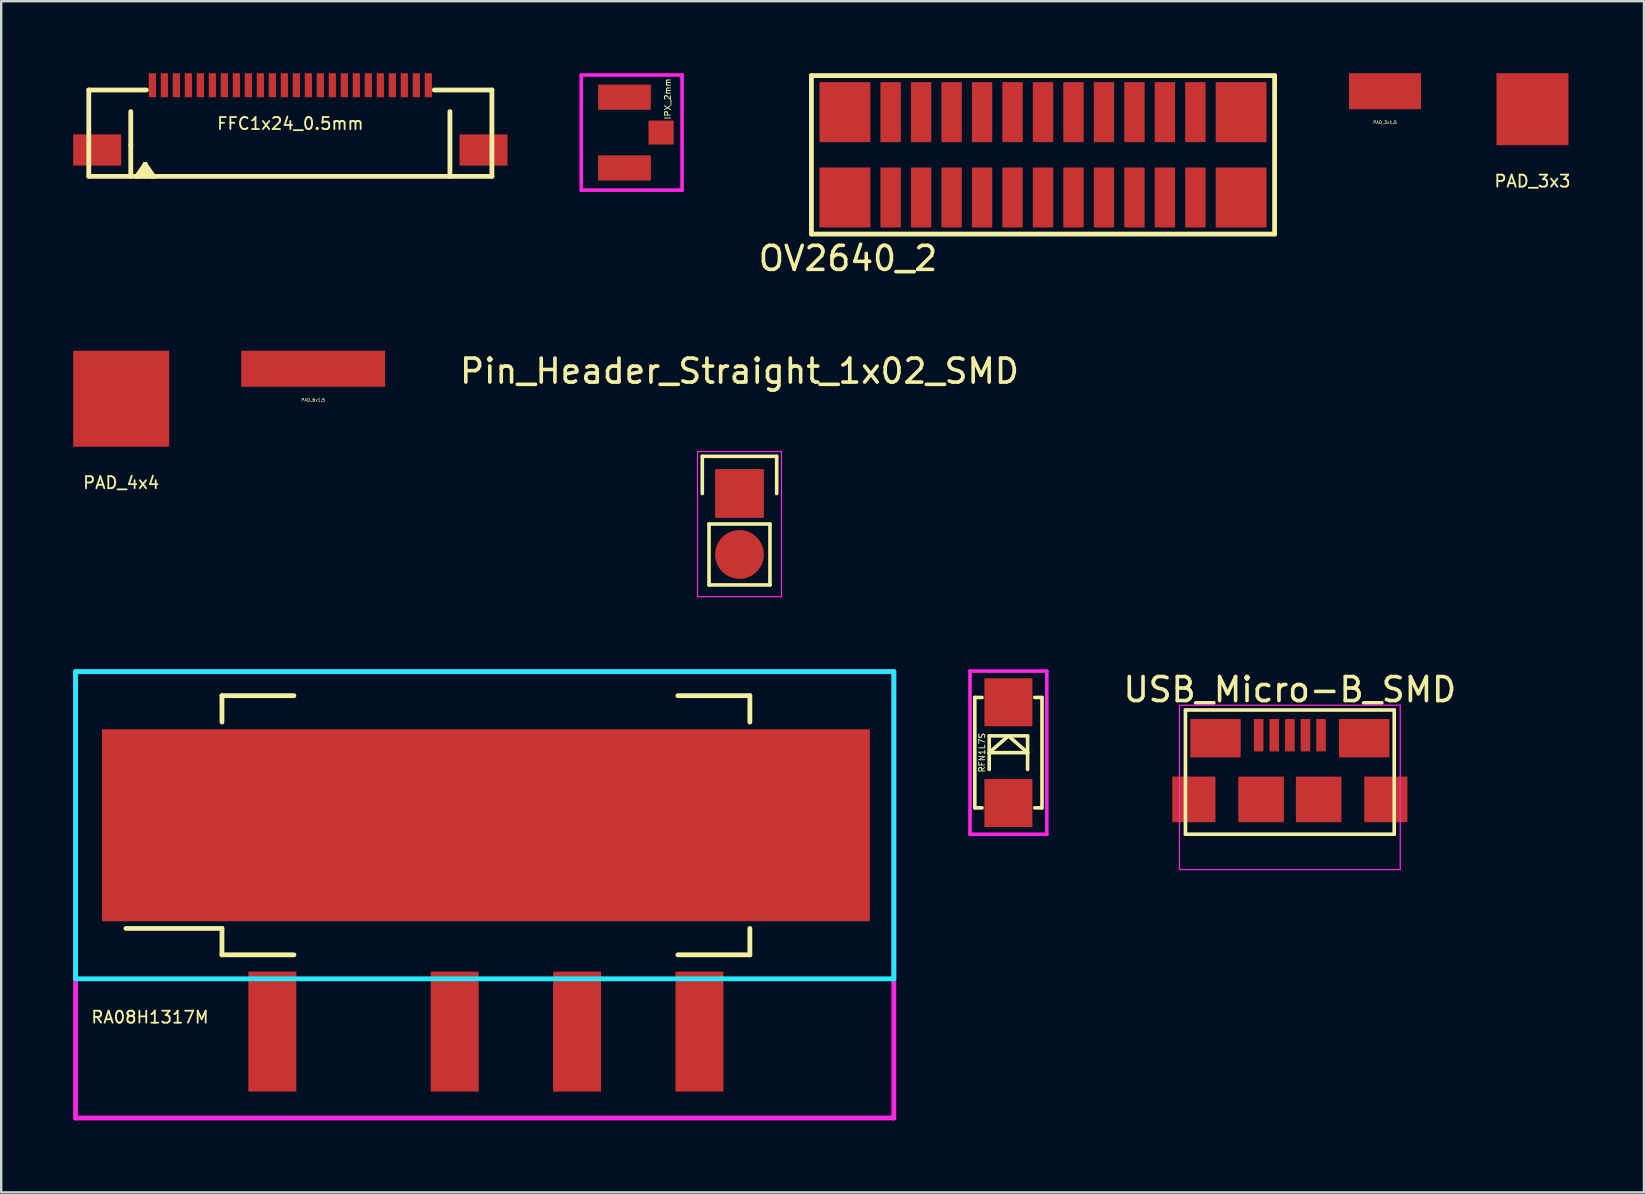
<source format=kicad_pcb>
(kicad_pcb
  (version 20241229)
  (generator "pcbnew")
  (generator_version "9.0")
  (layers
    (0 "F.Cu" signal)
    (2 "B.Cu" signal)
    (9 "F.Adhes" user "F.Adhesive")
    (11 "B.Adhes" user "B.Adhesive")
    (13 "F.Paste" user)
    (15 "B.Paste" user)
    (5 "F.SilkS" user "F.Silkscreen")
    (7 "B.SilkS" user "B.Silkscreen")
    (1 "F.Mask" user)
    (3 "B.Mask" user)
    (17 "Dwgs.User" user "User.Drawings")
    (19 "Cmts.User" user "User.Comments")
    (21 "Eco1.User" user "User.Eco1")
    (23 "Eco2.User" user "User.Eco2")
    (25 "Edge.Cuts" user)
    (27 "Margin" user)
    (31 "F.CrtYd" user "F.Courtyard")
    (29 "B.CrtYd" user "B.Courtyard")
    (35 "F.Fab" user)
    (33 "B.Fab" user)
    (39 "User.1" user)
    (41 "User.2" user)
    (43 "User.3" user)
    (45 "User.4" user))
  (footprint "RA08H1317M"
    (layer "F.Cu")
    (at 17.2 36.342)
    (property "Reference" "RA08H1317M" (at -14 3 180) (layer "F.SilkS") (effects (font (size 0.5 0.5) (thickness 0.075))))
    (attr through_hole)
    (fp_line (start -11 -10.4) (end -11 -9.3) (stroke (width 0.2) (type solid)) (layer "F.SilkS"))
    (fp_line (start -11 -10.4) (end -8 -10.4) (stroke (width 0.2) (type solid)) (layer "F.SilkS"))
    (fp_line (start -11 -0.7) (end -15 -0.7) (stroke (width 0.2) (type solid)) (layer "F.SilkS"))
    (fp_line (start -11 0.4) (end -11 -0.7) (stroke (width 0.2) (type solid)) (layer "F.SilkS"))
    (fp_line (start -11 0.4) (end -8 0.4) (stroke (width 0.2) (type solid)) (layer "F.SilkS"))
    (fp_line (start 11 -10.4) (end 8 -10.4) (stroke (width 0.2) (type solid)) (layer "F.SilkS"))
    (fp_line (start 11 -10.4) (end 11 -9.3) (stroke (width 0.2) (type solid)) (layer "F.SilkS"))
    (fp_line (start 11 0.4) (end 8 0.4) (stroke (width 0.2) (type solid)) (layer "F.SilkS"))
    (fp_line (start 11 0.4) (end 11 -0.7) (stroke (width 0.2) (type solid)) (layer "F.SilkS"))
    (fp_line (start -17.1 -11.4) (end -17.1 1.4) (stroke (width 0.2) (type solid)) (layer "B.CrtYd"))
    (fp_line (start -17.1 1.4) (end 17 1.4) (stroke (width 0.2) (type solid)) (layer "B.CrtYd"))
    (fp_line (start 17 -11.4) (end -17.1 -11.4) (stroke (width 0.2) (type solid)) (layer "B.CrtYd"))
    (fp_line (start 17 1.4) (end 17 -11.4) (stroke (width 0.2) (type solid)) (layer "B.CrtYd"))
    (fp_line (start -17.1 -11.4) (end 17 -11.4) (stroke (width 0.2) (type solid)) (layer "F.CrtYd"))
    (fp_line (start -17.1 7.2) (end -17.1 -11.4) (stroke (width 0.2) (type solid)) (layer "F.CrtYd"))
    (fp_line (start 17 7.2) (end -17.1 7.2) (stroke (width 0.2) (type solid)) (layer "F.CrtYd"))
    (fp_line (start 17 7.2) (end 17 -11.4) (stroke (width 0.2) (type solid)) (layer "F.CrtYd"))
    (pad "1" smd rect (at -8.9 3.6) (size 2 5) (layers "F.Cu" "F.Mask" "F.Paste"))
    (pad "2" smd rect (at -1.3 3.6) (size 2 5) (layers "F.Cu" "F.Mask" "F.Paste"))
    (pad "3" smd rect (at 3.8 3.6) (size 2 5) (layers "F.Cu" "F.Mask" "F.Paste"))
    (pad "4" smd rect (at 8.9 3.6) (size 2 5) (layers "F.Cu" "F.Mask" "F.Paste"))
    (pad "5" smd rect (at 0 -5) (size 32 8) (layers "F.Cu" "F.Mask" "F.Paste")))
  (footprint "PAD_6x1.5"
    (layer "F.Cu")
    (at 10 12.318)
    (property "Reference" "PAD_6x1.5" (at 0 1.3 0) (layer "F.SilkS") (effects (font (size 0.127 0.127) (thickness 0.019))))
    (attr through_hole)
    (pad "1" smd rect (at 0 0) (size 6 1.5) (layers "F.Cu" "F.Mask" "F.Paste")))
  (footprint "IPX_2mm"
    (layer "F.Cu")
    (at 22.975 2.475)
    (property "Reference" "IPX_2mm" (at 1.8 -1.4 270) (layer "F.SilkS") (effects (font (size 0.25 0.25) (thickness 0.037))))
    (attr through_hole)
    (fp_line (start -1.8 -2.4) (end -1.8 2.4) (stroke (width 0.15) (type solid)) (layer "F.CrtYd"))
    (fp_line (start -1.8 2.4) (end 2.4 2.4) (stroke (width 0.15) (type solid)) (layer "F.CrtYd"))
    (fp_line (start 2.4 -2.4) (end -1.8 -2.4) (stroke (width 0.15) (type solid)) (layer "F.CrtYd"))
    (fp_line (start 2.4 2.4) (end 2.4 -2.4) (stroke (width 0.15) (type solid)) (layer "F.CrtYd"))
    (pad "1" smd rect (at 1.525 0) (size 1.05 1) (layers "F.Cu" "F.Mask" "F.Paste"))
    (pad "2" smd rect (at 0 -1.475) (size 2.2 1.05) (layers "F.Cu" "F.Mask" "F.Paste"))
    (pad "2" smd rect (at 0 1.475) (size 2.2 1.05) (layers "F.Cu" "F.Mask" "F.Paste")))
  (footprint "USB_Micro-B_SMD"
    (layer "F.Cu")
    (at 50.704 29.14)
    (property "Reference" "USB_Micro-B_SMD" (at 0 -3.45 0) (layer "F.SilkS") (effects (font (size 1 1) (thickness 0.15))))
    (attr smd)
    (fp_line (start -4.351 -2.6) (end 4.349 -2.6) (stroke (width 0.15) (type solid)) (layer "F.SilkS"))
    (fp_line (start -4.351 2.575) (end -4.351 -2.6) (stroke (width 0.15) (type solid)) (layer "F.SilkS"))
    (fp_line (start 4.35 -2.6) (end 4.35 2.575) (stroke (width 0.15) (type solid)) (layer "F.SilkS"))
    (fp_line (start 4.35 2.575) (end -4.35 2.575) (stroke (width 0.15) (type solid)) (layer "F.SilkS"))
    (fp_line (start -4.6 -2.8) (end 4.6 -2.8) (stroke (width 0.05) (type solid)) (layer "F.CrtYd"))
    (fp_line (start -4.6 4.05) (end -4.6 -2.8) (stroke (width 0.05) (type solid)) (layer "F.CrtYd"))
    (fp_line (start 4.6 -2.8) (end 4.6 4.05) (stroke (width 0.05) (type solid)) (layer "F.CrtYd"))
    (fp_line (start 4.6 4.05) (end -4.6 4.05) (stroke (width 0.05) (type solid)) (layer "F.CrtYd"))
    (pad "1" smd rect (at -1.3 -1.55 90) (size 1.35 0.4) (layers "F.Cu" "F.Mask" "F.Paste"))
    (pad "2" smd rect (at -0.65 -1.55 90) (size 1.35 0.4) (layers "F.Cu" "F.Mask" "F.Paste"))
    (pad "3" smd rect (at 0 -1.55 90) (size 1.35 0.4) (layers "F.Cu" "F.Mask" "F.Paste"))
    (pad "4" smd rect (at 0.65 -1.55 90) (size 1.35 0.4) (layers "F.Cu" "F.Mask" "F.Paste"))
    (pad "5" smd rect (at 1.3 -1.55 90) (size 1.35 0.4) (layers "F.Cu" "F.Mask" "F.Paste"))
    (pad "6" smd rect (at -4 1.125) (size 1.8 1.9) (layers "F.Cu" "F.Mask" "F.Paste"))
    (pad "6" smd rect (at -3.1 -1.425) (size 2.1 1.6) (layers "F.Cu" "F.Mask" "F.Paste"))
    (pad "6" smd rect (at -1.2 1.125) (size 1.9 1.9) (layers "F.Cu" "F.Mask" "F.Paste"))
    (pad "6" smd rect (at 1.2 1.125) (size 1.9 1.9) (layers "F.Cu" "F.Mask" "F.Paste"))
    (pad "6" smd rect (at 3.1 -1.425) (size 2.1 1.6) (layers "F.Cu" "F.Mask" "F.Paste"))
    (pad "6" smd rect (at 4 1.125) (size 1.8 1.9) (layers "F.Cu" "F.Mask" "F.Paste")))
  (footprint "RFN1L7S"
    (layer "F.Cu")
    (at 38.975 28.317)
    (property "Reference" "RFN1L7S" (at -1.1 0 90) (layer "F.SilkS") (effects (font (size 0.25 0.25) (thickness 0.037))))
    (attr through_hole)
    (fp_line (start -1.4 -2.3) (end -1.4 2.3) (stroke (width 0.15) (type solid)) (layer "F.SilkS"))
    (fp_line (start -1.4 -2.3) (end -1.1 -2.3) (stroke (width 0.15) (type solid)) (layer "F.SilkS"))
    (fp_line (start -1.4 2.3) (end -1.1 2.3) (stroke (width 0.15) (type solid)) (layer "F.SilkS"))
    (fp_line (start -0.8 0) (end 0.8 0) (stroke (width 0.15) (type solid)) (layer "F.SilkS"))
    (fp_line (start -0.8 0.7) (end -0.8 -0.7) (stroke (width 0.15) (type solid)) (layer "F.SilkS"))
    (fp_line (start 0 -0.7) (end -0.8 0) (stroke (width 0.15) (type solid)) (layer "F.SilkS"))
    (fp_line (start 0.8 -0.7) (end -0.8 -0.7) (stroke (width 0.15) (type solid)) (layer "F.SilkS"))
    (fp_line (start 0.8 -0.7) (end 0.8 0.7) (stroke (width 0.15) (type solid)) (layer "F.SilkS"))
    (fp_line (start 0.8 0) (end 0 -0.7) (stroke (width 0.15) (type solid)) (layer "F.SilkS"))
    (fp_line (start 1.1 2.3) (end 1.4 2.3) (stroke (width 0.15) (type solid)) (layer "F.SilkS"))
    (fp_line (start 1.4 -2.3) (end 1.1 -2.3) (stroke (width 0.15) (type solid)) (layer "F.SilkS"))
    (fp_line (start 1.4 2.3) (end 1.4 -2.3) (stroke (width 0.15) (type solid)) (layer "F.SilkS"))
    (fp_line (start -1.6 -3.4) (end 1.6 -3.4) (stroke (width 0.15) (type solid)) (layer "F.CrtYd"))
    (fp_line (start -1.6 3.4) (end -1.6 -3.4) (stroke (width 0.15) (type solid)) (layer "F.CrtYd"))
    (fp_line (start 1.6 -3.4) (end 1.6 3.4) (stroke (width 0.15) (type solid)) (layer "F.CrtYd"))
    (fp_line (start 1.6 3.4) (end -1.6 3.4) (stroke (width 0.15) (type solid)) (layer "F.CrtYd"))
    (pad "1" smd rect (at 0 -2.1) (size 2 2) (layers "F.Cu" "F.Mask" "F.Paste"))
    (pad "2" smd rect (at 0 2.1) (size 2 2) (layers "F.Cu" "F.Mask" "F.Paste")))
  (footprint "Pin_Header_Straight_1x02_SMD"
    (layer "F.Cu")
    (at 27.768 17.517)
    (property "Reference" "Pin_Header_Straight_1x02_SMD" (at 0 -5.1 0) (layer "F.SilkS") (effects (font (size 1 1) (thickness 0.15))))
    (attr through_hole)
    (fp_line (start -1.55 -1.55) (end 1.55 -1.55) (stroke (width 0.15) (type solid)) (layer "F.SilkS"))
    (fp_line (start -1.55 0) (end -1.55 -1.55) (stroke (width 0.15) (type solid)) (layer "F.SilkS"))
    (fp_line (start -1.27 1.27) (end -1.27 3.81) (stroke (width 0.15) (type solid)) (layer "F.SilkS"))
    (fp_line (start -1.27 3.81) (end 1.27 3.81) (stroke (width 0.15) (type solid)) (layer "F.SilkS"))
    (fp_line (start 1.27 1.27) (end -1.27 1.27) (stroke (width 0.15) (type solid)) (layer "F.SilkS"))
    (fp_line (start 1.27 1.27) (end 1.27 3.81) (stroke (width 0.15) (type solid)) (layer "F.SilkS"))
    (fp_line (start 1.55 -1.55) (end 1.55 0) (stroke (width 0.15) (type solid)) (layer "F.SilkS"))
    (fp_line (start -1.75 -1.75) (end -1.75 4.3) (stroke (width 0.05) (type solid)) (layer "F.CrtYd"))
    (fp_line (start -1.75 -1.75) (end 1.75 -1.75) (stroke (width 0.05) (type solid)) (layer "F.CrtYd"))
    (fp_line (start -1.75 4.3) (end 1.75 4.3) (stroke (width 0.05) (type solid)) (layer "F.CrtYd"))
    (fp_line (start 1.75 -1.75) (end 1.75 4.3) (stroke (width 0.05) (type solid)) (layer "F.CrtYd"))
    (pad "1" smd rect (at 0 0) (size 2.032 2.032) (layers "F.Cu" "F.Mask" "F.Paste"))
    (pad "2" smd oval (at 0 2.54) (size 2.032 2.032) (layers "F.Cu" "F.Mask" "F.Paste")))
  (footprint "OV2640_2"
    (layer "F.Cu")
    (at 40.417 3.402)
    (property "Reference" "OV2640_2" (at -8.128 4.318 0) (layer "F.SilkS") (effects (font (size 1 1) (thickness 0.15))))
    (attr through_hole)
    (fp_line (start -9.652 -3.302) (end -9.652 3.302) (stroke (width 0.2) (type solid)) (layer "F.SilkS"))
    (fp_line (start -9.652 3.302) (end 9.652 3.302) (stroke (width 0.2) (type solid)) (layer "F.SilkS"))
    (fp_line (start 9.652 -3.302) (end -9.652 -3.302) (stroke (width 0.2) (type solid)) (layer "F.SilkS"))
    (fp_line (start 9.652 3.302) (end 9.652 -3.302) (stroke (width 0.2) (type solid)) (layer "F.SilkS"))
    (pad "1" smd rect (at -8.255 -1.778) (size 2.12 2.5) (layers "F.Cu" "F.Mask" "F.Paste"))
    (pad "2" smd rect (at -8.255 1.778) (size 2.12 2.5) (layers "F.Cu" "F.Mask" "F.Paste"))
    (pad "3" smd rect (at -6.35 -1.778) (size 0.85 2.5) (layers "F.Cu" "F.Mask" "F.Paste"))
    (pad "4" smd rect (at -6.35 1.778) (size 0.85 2.5) (layers "F.Cu" "F.Mask" "F.Paste"))
    (pad "5" smd rect (at -5.08 -1.778) (size 0.85 2.5) (layers "F.Cu" "F.Mask" "F.Paste"))
    (pad "6" smd rect (at -5.08 1.778) (size 0.85 2.5) (layers "F.Cu" "F.Mask" "F.Paste"))
    (pad "7" smd rect (at -3.81 -1.778) (size 0.85 2.5) (layers "F.Cu" "F.Mask" "F.Paste"))
    (pad "8" smd rect (at -3.81 1.778) (size 0.85 2.5) (layers "F.Cu" "F.Mask" "F.Paste"))
    (pad "9" smd rect (at -2.54 -1.778) (size 0.85 2.5) (layers "F.Cu" "F.Mask" "F.Paste"))
    (pad "10" smd rect (at -2.54 1.778) (size 0.85 2.5) (layers "F.Cu" "F.Mask" "F.Paste"))
    (pad "11" smd rect (at -1.27 -1.778) (size 0.85 2.5) (layers "F.Cu" "F.Mask" "F.Paste"))
    (pad "12" smd rect (at -1.27 1.778) (size 0.85 2.5) (layers "F.Cu" "F.Mask" "F.Paste"))
    (pad "13" smd rect (at 0 -1.778) (size 0.85 2.5) (layers "F.Cu" "F.Mask" "F.Paste"))
    (pad "14" smd rect (at 0 1.778) (size 0.85 2.5) (layers "F.Cu" "F.Mask" "F.Paste"))
    (pad "15" smd rect (at 1.27 -1.778) (size 0.85 2.5) (layers "F.Cu" "F.Mask" "F.Paste"))
    (pad "16" smd rect (at 1.27 1.778) (size 0.85 2.5) (layers "F.Cu" "F.Mask" "F.Paste"))
    (pad "17" smd rect (at 2.54 -1.778) (size 0.85 2.5) (layers "F.Cu" "F.Mask" "F.Paste"))
    (pad "18" smd rect (at 2.54 1.778) (size 0.85 2.5) (layers "F.Cu" "F.Mask" "F.Paste"))
    (pad "19" smd rect (at 3.81 -1.778) (size 0.85 2.5) (layers "F.Cu" "F.Mask" "F.Paste"))
    (pad "20" smd rect (at 3.81 1.778) (size 0.85 2.5) (layers "F.Cu" "F.Mask" "F.Paste"))
    (pad "21" smd rect (at 5.08 -1.778) (size 0.85 2.5) (layers "F.Cu" "F.Mask" "F.Paste"))
    (pad "22" smd rect (at 5.08 1.778) (size 0.85 2.5) (layers "F.Cu" "F.Mask" "F.Paste"))
    (pad "23" smd rect (at 6.35 -1.778) (size 0.85 2.5) (layers "F.Cu" "F.Mask" "F.Paste"))
    (pad "24" smd rect (at 6.35 1.778) (size 0.85 2.5) (layers "F.Cu" "F.Mask" "F.Paste"))
    (pad "25" smd rect (at 8.255 -1.778) (size 2.12 2.5) (layers "F.Cu" "F.Mask" "F.Paste"))
    (pad "26" smd rect (at 8.255 1.778) (size 2.12 2.5) (layers "F.Cu" "F.Mask" "F.Paste")))
  (footprint "PAD_3x3"
    (layer "F.Cu")
    (at 60.815 1.5)
    (property "Reference" "PAD_3x3" (at 0 3 0) (layer "F.SilkS") (effects (font (size 0.5 0.5) (thickness 0.075))))
    (attr through_hole)
    (pad "1" smd rect (at 0 0) (size 3 3) (layers "F.Cu" "F.Mask" "F.Paste")))
  (footprint "PAD_4x4"
    (layer "F.Cu")
    (at 2 13.568)
    (property "Reference" "PAD_4x4" (at 0 3.5 0) (layer "F.SilkS") (effects (font (size 0.5 0.5) (thickness 0.075))))
    (attr through_hole)
    (pad "1" smd rect (at 0 0) (size 4 4) (layers "F.Cu" "F.Mask" "F.Paste")))
  (footprint "FFC1x24_0.5mm"
    (layer "F.Cu")
    (at 9.05 0.5)
    (property "Reference" "FFC1x24_0.5mm" (at 0 1.6 0) (layer "F.SilkS") (effects (font (size 0.5 0.5) (thickness 0.075))))
    (attr through_hole)
    (fp_line (start -8.4 0.2) (end -8.4 3.8) (stroke (width 0.2) (type solid)) (layer "F.SilkS"))
    (fp_line (start -8.4 0.2) (end -6 0.2) (stroke (width 0.2) (type solid)) (layer "F.SilkS"))
    (fp_line (start -8.4 3.8) (end 8.4 3.8) (stroke (width 0.2) (type solid)) (layer "F.SilkS"))
    (fp_line (start -6.65 1.1) (end -6.65 2.5) (stroke (width 0.2) (type solid)) (layer "F.SilkS"))
    (fp_line (start -6.65 3.8) (end -6.65 2.5) (stroke (width 0.2) (type solid)) (layer "F.SilkS"))
    (fp_line (start -6.4 3.8) (end -6.05 3.3) (stroke (width 0.2) (type solid)) (layer "F.SilkS"))
    (fp_line (start -6.05 3.3) (end -6.25 3.8) (stroke (width 0.2) (type solid)) (layer "F.SilkS"))
    (fp_line (start -6.05 3.3) (end -6.05 3.8) (stroke (width 0.2) (type solid)) (layer "F.SilkS"))
    (fp_line (start -6.05 3.3) (end -5.85 3.8) (stroke (width 0.2) (type solid)) (layer "F.SilkS"))
    (fp_line (start -6.05 3.3) (end -5.7 3.8) (stroke (width 0.2) (type solid)) (layer "F.SilkS"))
    (fp_line (start 6 0.2) (end 8.4 0.2) (stroke (width 0.2) (type solid)) (layer "F.SilkS"))
    (fp_line (start 6.65 1.1) (end 6.65 3.8) (stroke (width 0.2) (type solid)) (layer "F.SilkS"))
    (fp_line (start 8.4 0.2) (end 8.4 3.8) (stroke (width 0.2) (type solid)) (layer "F.SilkS"))
    (pad "1" smd rect (at -5.75 0) (size 0.3 1) (layers "F.Cu" "F.Mask" "F.Paste"))
    (pad "2" smd rect (at -5.25 0) (size 0.3 1) (layers "F.Cu" "F.Mask" "F.Paste"))
    (pad "3" smd rect (at -4.75 0) (size 0.3 1) (layers "F.Cu" "F.Mask" "F.Paste"))
    (pad "4" smd rect (at -4.25 0) (size 0.3 1) (layers "F.Cu" "F.Mask" "F.Paste"))
    (pad "5" smd rect (at -3.75 0) (size 0.3 1) (layers "F.Cu" "F.Mask" "F.Paste"))
    (pad "6" smd rect (at -3.25 0) (size 0.3 1) (layers "F.Cu" "F.Mask" "F.Paste"))
    (pad "7" smd rect (at -2.75 0) (size 0.3 1) (layers "F.Cu" "F.Mask" "F.Paste"))
    (pad "8" smd rect (at -2.25 0) (size 0.3 1) (layers "F.Cu" "F.Mask" "F.Paste"))
    (pad "9" smd rect (at -1.75 0) (size 0.3 1) (layers "F.Cu" "F.Mask" "F.Paste"))
    (pad "10" smd rect (at -1.25 0) (size 0.3 1) (layers "F.Cu" "F.Mask" "F.Paste"))
    (pad "11" smd rect (at -0.75 0) (size 0.3 1) (layers "F.Cu" "F.Mask" "F.Paste"))
    (pad "12" smd rect (at -0.25 0) (size 0.3 1) (layers "F.Cu" "F.Mask" "F.Paste"))
    (pad "13" smd rect (at 0.25 0) (size 0.3 1) (layers "F.Cu" "F.Mask" "F.Paste"))
    (pad "14" smd rect (at 0.75 0) (size 0.3 1) (layers "F.Cu" "F.Mask" "F.Paste"))
    (pad "15" smd rect (at 1.25 0) (size 0.3 1) (layers "F.Cu" "F.Mask" "F.Paste"))
    (pad "16" smd rect (at 1.75 0) (size 0.3 1) (layers "F.Cu" "F.Mask" "F.Paste"))
    (pad "17" smd rect (at 2.25 0) (size 0.3 1) (layers "F.Cu" "F.Mask" "F.Paste"))
    (pad "18" smd rect (at 2.75 0) (size 0.3 1) (layers "F.Cu" "F.Mask" "F.Paste"))
    (pad "19" smd rect (at 3.25 0) (size 0.3 1) (layers "F.Cu" "F.Mask" "F.Paste"))
    (pad "20" smd rect (at 3.75 0) (size 0.3 1) (layers "F.Cu" "F.Mask" "F.Paste"))
    (pad "21" smd rect (at 4.25 0) (size 0.3 1) (layers "F.Cu" "F.Mask" "F.Paste"))
    (pad "22" smd rect (at 4.75 0) (size 0.3 1) (layers "F.Cu" "F.Mask" "F.Paste"))
    (pad "23" smd rect (at 5.25 0) (size 0.3 1) (layers "F.Cu" "F.Mask" "F.Paste"))
    (pad "24" smd rect (at 5.75 0) (size 0.3 1) (layers "F.Cu" "F.Mask" "F.Paste"))
    (pad "25" smd rect (at -8.05 2.7) (size 2 1.3) (layers "F.Cu" "F.Mask" "F.Paste"))
    (pad "25" smd rect (at 8.05 2.7) (size 2 1.3) (layers "F.Cu" "F.Mask" "F.Paste")))
  (footprint "PAD_3x1.5"
    (layer "F.Cu")
    (at 54.669 0.75)
    (property "Reference" "PAD_3x1.5" (at 0 1.3 0) (layer "F.SilkS") (effects (font (size 0.127 0.127) (thickness 0.019))))
    (attr through_hole)
    (pad "1" smd rect (at 0 0) (size 3 1.5) (layers "F.Cu" "F.Mask" "F.Paste")))
  (gr_rect
    (start -3 -3)
    (end 65.461 46.642)
    (stroke (width 0.1) (type default))
    (fill no)
    (layer "Edge.Cuts")))
</source>
